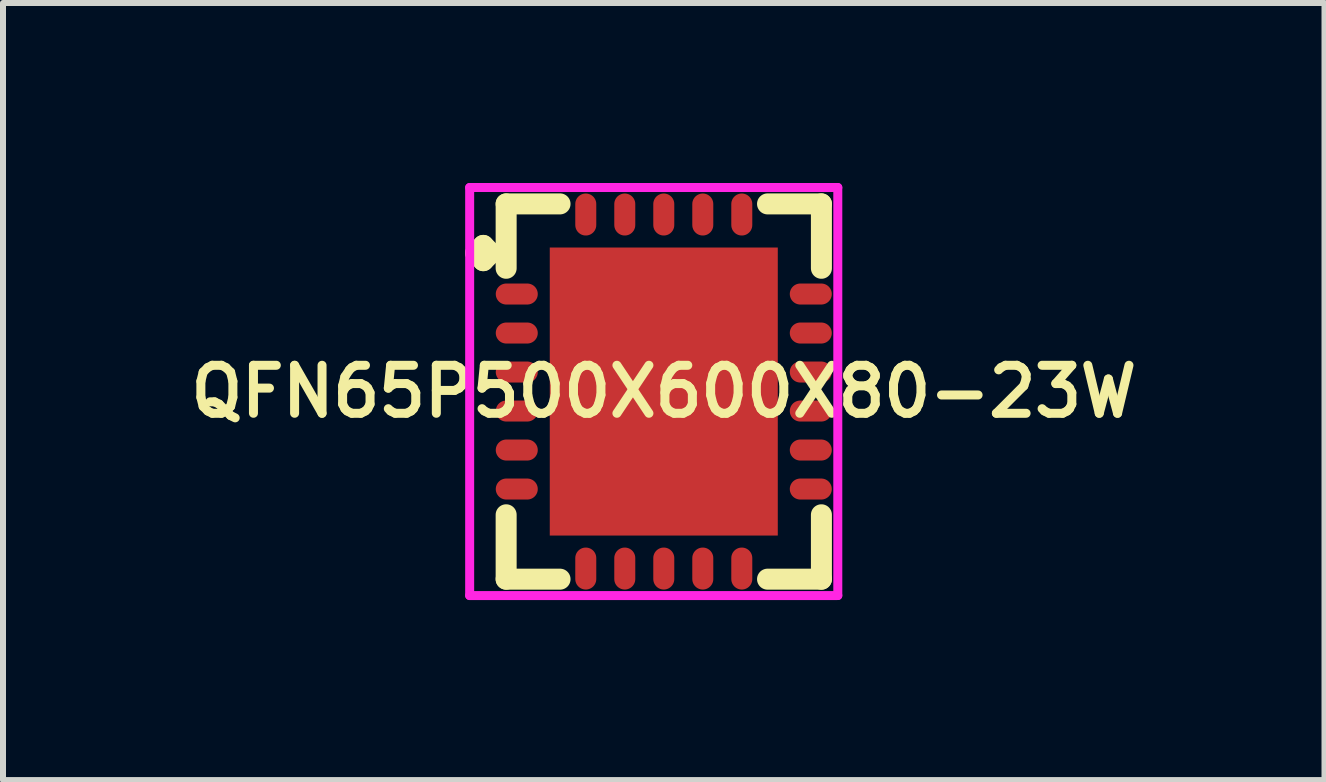
<source format=kicad_pcb>
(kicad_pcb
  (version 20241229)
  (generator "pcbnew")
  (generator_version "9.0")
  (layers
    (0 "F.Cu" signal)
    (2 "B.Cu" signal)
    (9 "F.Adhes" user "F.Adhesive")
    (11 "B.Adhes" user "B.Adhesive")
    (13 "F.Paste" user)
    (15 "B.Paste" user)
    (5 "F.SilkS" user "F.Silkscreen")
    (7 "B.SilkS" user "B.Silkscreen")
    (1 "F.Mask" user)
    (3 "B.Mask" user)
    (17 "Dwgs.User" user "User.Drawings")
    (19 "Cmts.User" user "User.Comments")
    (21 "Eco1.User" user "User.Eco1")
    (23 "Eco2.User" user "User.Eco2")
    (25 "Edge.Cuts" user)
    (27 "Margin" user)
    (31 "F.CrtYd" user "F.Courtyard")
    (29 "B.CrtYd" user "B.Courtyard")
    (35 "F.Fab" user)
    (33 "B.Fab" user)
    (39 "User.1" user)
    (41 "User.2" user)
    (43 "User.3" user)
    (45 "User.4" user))
  (footprint "QFN65P500X600X80-23W"
    (layer "F.Cu")
    (at 8.012 3.475)
    (property "Reference" "QFN65P500X600X80-23W" (at 0 0 0) (layer "F.SilkS") (effects (font (size 0.8 0.8) (thickness 0.15))))
    (attr smd)
    (fp_line (start -3.135 -2.308) (end -3.008 -2.435) (stroke (width 0.35) (type solid)) (layer "F.SilkS"))
    (fp_line (start -3.008 -2.435) (end -2.881 -2.308) (stroke (width 0.35) (type solid)) (layer "F.SilkS"))
    (fp_line (start -3.008 -2.181) (end -3.135 -2.308) (stroke (width 0.35) (type solid)) (layer "F.SilkS"))
    (fp_line (start -2.881 -2.308) (end -3.008 -2.181) (stroke (width 0.35) (type solid)) (layer "F.SilkS"))
    (fp_line (start -2.627 -3.127) (end -1.729 -3.127) (stroke (width 0.35) (type solid)) (layer "F.SilkS"))
    (fp_line (start -2.627 -2.054) (end -2.627 -3.127) (stroke (width 0.35) (type solid)) (layer "F.SilkS"))
    (fp_line (start -2.627 2.054) (end -2.627 3.127) (stroke (width 0.35) (type solid)) (layer "F.SilkS"))
    (fp_line (start -2.627 3.127) (end -1.729 3.127) (stroke (width 0.35) (type solid)) (layer "F.SilkS"))
    (fp_line (start 1.729 -3.127) (end 2.627 -3.127) (stroke (width 0.35) (type solid)) (layer "F.SilkS"))
    (fp_line (start 1.729 3.127) (end 2.627 3.127) (stroke (width 0.35) (type solid)) (layer "F.SilkS"))
    (fp_line (start 2.627 -3.127) (end 2.627 -2.054) (stroke (width 0.35) (type solid)) (layer "F.SilkS"))
    (fp_line (start 2.627 3.127) (end 2.627 2.054) (stroke (width 0.35) (type solid)) (layer "F.SilkS"))
    (fp_line (start -3.235 -3.4) (end 2.9 -3.4) (stroke (width 0.15) (type solid)) (layer "F.CrtYd"))
    (fp_line (start -3.235 3.4) (end -3.235 -3.4) (stroke (width 0.15) (type solid)) (layer "F.CrtYd"))
    (fp_line (start 2.9 -3.4) (end 2.9 3.4) (stroke (width 0.15) (type solid)) (layer "F.CrtYd"))
    (fp_line (start 2.9 3.4) (end -3.235 3.4) (stroke (width 0.15) (type solid)) (layer "F.CrtYd"))
    (pad "1" smd oval (at -2.45 -1.625) (size 0.7 0.35) (layers "F.Cu" "F.Mask" "F.Paste"))
    (pad "2" smd oval (at -2.45 -0.975) (size 0.7 0.35) (layers "F.Cu" "F.Mask" "F.Paste"))
    (pad "3" smd oval (at -2.45 -0.325) (size 0.7 0.35) (layers "F.Cu" "F.Mask" "F.Paste"))
    (pad "4" smd oval (at -2.45 0.325) (size 0.7 0.35) (layers "F.Cu" "F.Mask" "F.Paste"))
    (pad "5" smd oval (at -2.45 0.975) (size 0.7 0.35) (layers "F.Cu" "F.Mask" "F.Paste"))
    (pad "6" smd oval (at -2.45 1.625) (size 0.7 0.35) (layers "F.Cu" "F.Mask" "F.Paste"))
    (pad "7" smd oval (at -1.3 2.95) (size 0.35 0.7) (layers "F.Cu" "F.Mask" "F.Paste"))
    (pad "8" smd oval (at -0.65 2.95) (size 0.35 0.7) (layers "F.Cu" "F.Mask" "F.Paste"))
    (pad "9" smd oval (at 0 2.95) (size 0.35 0.7) (layers "F.Cu" "F.Mask" "F.Paste"))
    (pad "10" smd oval (at 0.65 2.95) (size 0.35 0.7) (layers "F.Cu" "F.Mask" "F.Paste"))
    (pad "11" smd oval (at 1.3 2.95) (size 0.35 0.7) (layers "F.Cu" "F.Mask" "F.Paste"))
    (pad "12" smd oval (at 2.45 1.625) (size 0.7 0.35) (layers "F.Cu" "F.Mask" "F.Paste"))
    (pad "13" smd oval (at 2.45 0.975) (size 0.7 0.35) (layers "F.Cu" "F.Mask" "F.Paste"))
    (pad "14" smd oval (at 2.45 0.325) (size 0.7 0.35) (layers "F.Cu" "F.Mask" "F.Paste"))
    (pad "15" smd oval (at 2.45 -0.325) (size 0.7 0.35) (layers "F.Cu" "F.Mask" "F.Paste"))
    (pad "16" smd oval (at 2.45 -0.975) (size 0.7 0.35) (layers "F.Cu" "F.Mask" "F.Paste"))
    (pad "17" smd oval (at 2.45 -1.625) (size 0.7 0.35) (layers "F.Cu" "F.Mask" "F.Paste"))
    (pad "18" smd oval (at 1.3 -2.95) (size 0.35 0.7) (layers "F.Cu" "F.Mask" "F.Paste"))
    (pad "19" smd oval (at 0.65 -2.95) (size 0.35 0.7) (layers "F.Cu" "F.Mask" "F.Paste"))
    (pad "20" smd oval (at 0 -2.95) (size 0.35 0.7) (layers "F.Cu" "F.Mask" "F.Paste"))
    (pad "21" smd oval (at -0.65 -2.95) (size 0.35 0.7) (layers "F.Cu" "F.Mask" "F.Paste"))
    (pad "22" smd oval (at -1.3 -2.95) (size 0.35 0.7) (layers "F.Cu" "F.Mask" "F.Paste"))
    (pad "23" smd rect (at 0 0) (size 3.8 4.8) (layers "F.Cu" "F.Mask" "F.Paste")))
  (gr_rect
    (start -3 -3)
    (end 19.023 9.95)
    (stroke (width 0.1) (type default))
    (fill no)
    (layer "Edge.Cuts")))
</source>
